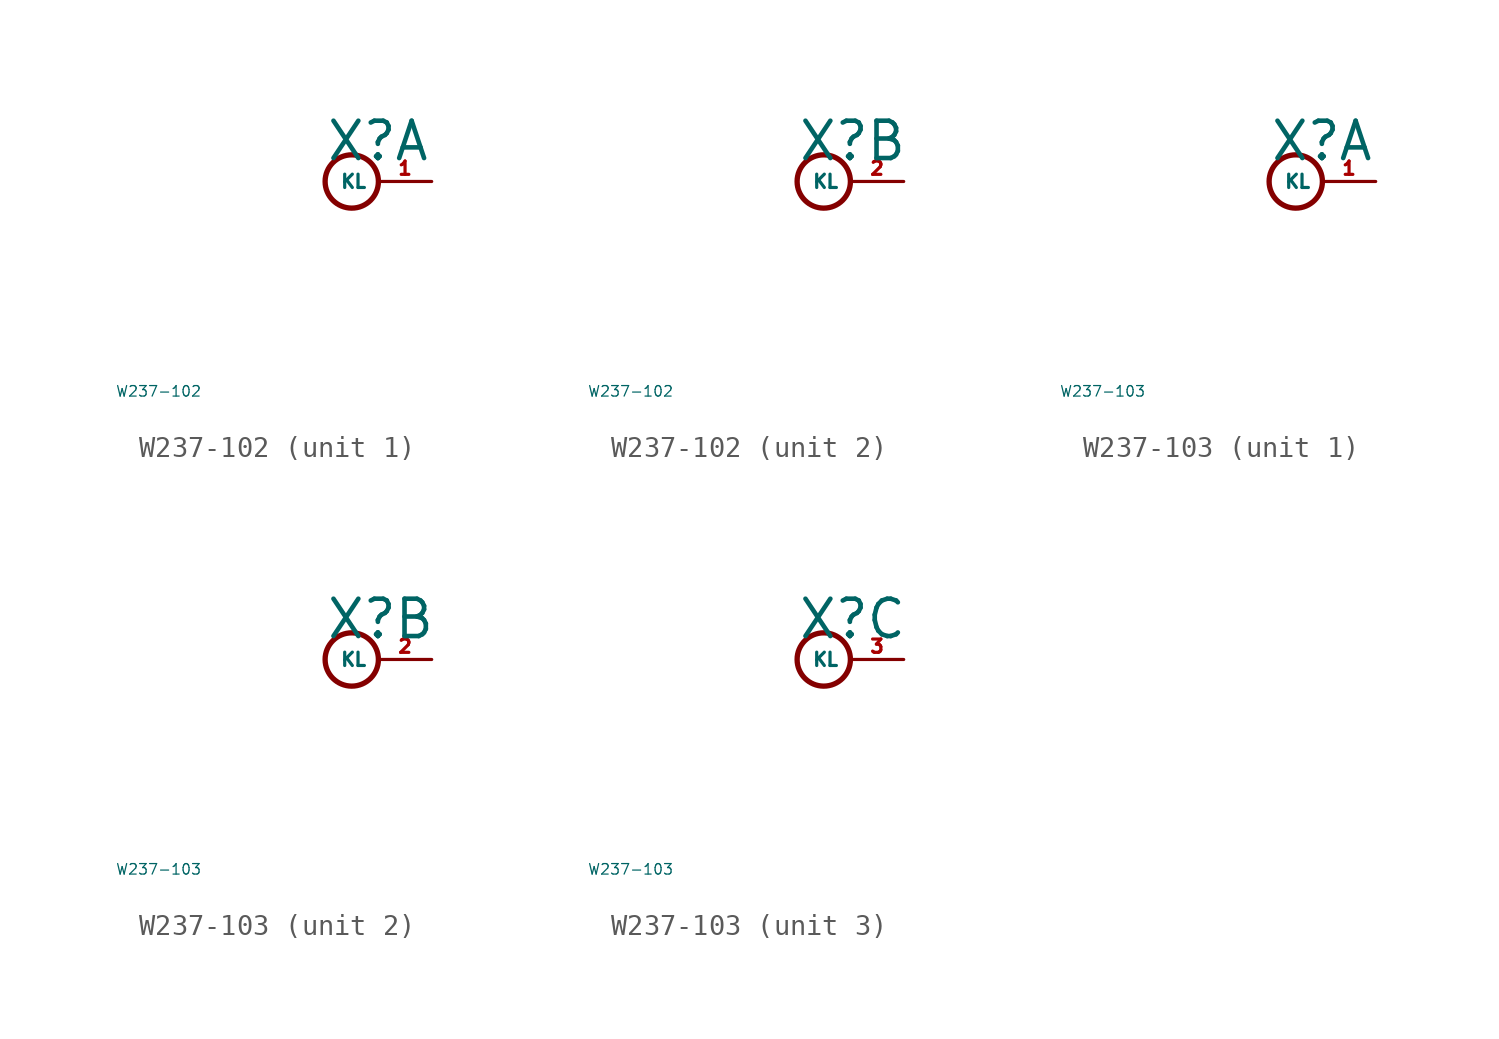
<source format=kicad_sym>
(kicad_symbol_lib
  (version 20220914)
  (generator Eagle2Kicad)
  (symbol "W237-102"
    (property "Reference" "X"
      (at 0 0.889 0)
      (effects (font (size 1.778 1.778) (thickness 0.22)) (justify left bottom)))
    (property "Value" "W237-102"
      (at -10 -10 0)
      (effects (font (size 0.5 0.5) (thickness 0.06)) (justify left)))
    (symbol "W237-102_1_0"
      (circle (center 1.27 0) (radius 1.27) (stroke (width 0.254) (type default)) (fill (type none)))
      (pin passive line (at 5.08 0 180) (length 2.54) (name "KL" (effects (font (size 0.635 0.635) (thickness 0.08)) (justify left bottom))) (number "1" (effects (font (size 0.635 0.635) (thickness 0.08)) (justify left bottom)))))
    (symbol "W237-102_2_0"
      (circle (center 1.27 0) (radius 1.27) (stroke (width 0.254) (type default)) (fill (type none)))
      (pin passive line (at 5.08 0 180) (length 2.54) (name "KL" (effects (font (size 0.635 0.635) (thickness 0.08)) (justify left bottom))) (number "2" (effects (font (size 0.635 0.635) (thickness 0.08)) (justify left bottom))))))
  (symbol "W237-103"
    (property "Reference" "X"
      (at 0 0.889 0)
      (effects (font (size 1.778 1.778) (thickness 0.22)) (justify left bottom)))
    (property "Value" "W237-103"
      (at -10 -10 0)
      (effects (font (size 0.5 0.5) (thickness 0.06)) (justify left)))
    (symbol "W237-103_1_0"
      (circle (center 1.27 0) (radius 1.27) (stroke (width 0.254) (type default)) (fill (type none)))
      (pin passive line (at 5.08 0 180) (length 2.54) (name "KL" (effects (font (size 0.635 0.635) (thickness 0.08)) (justify left bottom))) (number "1" (effects (font (size 0.635 0.635) (thickness 0.08)) (justify left bottom)))))
    (symbol "W237-103_2_0"
      (circle (center 1.27 0) (radius 1.27) (stroke (width 0.254) (type default)) (fill (type none)))
      (pin passive line (at 5.08 0 180) (length 2.54) (name "KL" (effects (font (size 0.635 0.635) (thickness 0.08)) (justify left bottom))) (number "2" (effects (font (size 0.635 0.635) (thickness 0.08)) (justify left bottom)))))
    (symbol "W237-103_3_0"
      (circle (center 1.27 0) (radius 1.27) (stroke (width 0.254) (type default)) (fill (type none)))
      (pin passive line (at 5.08 0 180) (length 2.54) (name "KL" (effects (font (size 0.635 0.635) (thickness 0.08)) (justify left bottom))) (number "3" (effects (font (size 0.635 0.635) (thickness 0.08)) (justify left bottom)))))))
</source>
